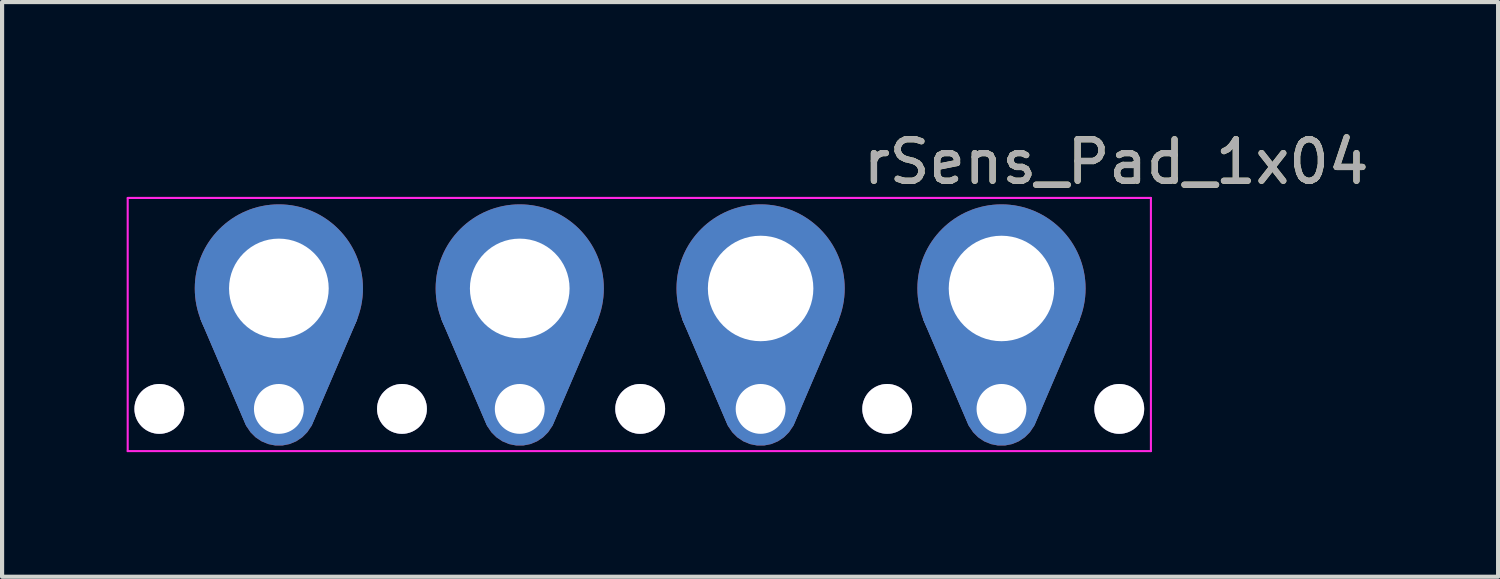
<source format=kicad_pcb>
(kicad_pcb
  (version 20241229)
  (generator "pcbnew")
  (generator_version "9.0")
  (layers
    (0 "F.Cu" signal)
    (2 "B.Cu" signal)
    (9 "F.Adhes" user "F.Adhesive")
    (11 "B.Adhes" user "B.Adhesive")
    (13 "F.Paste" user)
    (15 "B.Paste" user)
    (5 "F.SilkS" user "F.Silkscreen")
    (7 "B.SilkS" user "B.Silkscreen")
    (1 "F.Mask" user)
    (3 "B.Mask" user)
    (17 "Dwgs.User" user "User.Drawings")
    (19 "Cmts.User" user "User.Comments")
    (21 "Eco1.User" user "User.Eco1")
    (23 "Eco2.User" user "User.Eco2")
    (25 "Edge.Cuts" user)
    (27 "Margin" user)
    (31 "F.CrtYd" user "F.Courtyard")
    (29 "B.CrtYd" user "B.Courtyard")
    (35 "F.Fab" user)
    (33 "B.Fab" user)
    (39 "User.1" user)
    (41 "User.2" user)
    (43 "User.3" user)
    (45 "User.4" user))
  (footprint "rSens_Pad_1x04"
    (layer "F.Cu")
    (at 12.365 3.896)
    (property "Reference" "rSens_Pad_1x04" (at 11.462 -3.048 180) (layer "F.SilkS") (effects (font (size 1 1) (thickness 0.15))))
    (attr exclude_from_pos_files exclude_from_bom)
    (fp_poly (pts (xy -7.975 3.263) (xy -6.888 0.725) (xy -10.512 0.725) (xy -9.425 3.263)) (stroke (width 0.15) (type solid)) (fill yes) (layer "B.Cu"))
    (fp_poly (pts (xy -2.175 3.263) (xy -1.087 0.725) (xy -4.713 0.725) (xy -3.625 3.263)) (stroke (width 0.15) (type solid)) (fill yes) (layer "B.Cu"))
    (fp_poly (pts (xy 3.625 3.263) (xy 4.713 0.725) (xy 1.087 0.725) (xy 2.175 3.263)) (stroke (width 0.15) (type solid)) (fill yes) (layer "B.Cu"))
    (fp_poly (pts (xy 9.425 3.263) (xy 10.512 0.725) (xy 6.888 0.725) (xy 7.975 3.263)) (stroke (width 0.15) (type solid)) (fill yes) (layer "B.Cu"))
    (fp_poly (pts (xy -7.975 3.263) (xy -6.888 0.725) (xy -10.512 0.725) (xy -9.425 3.263)) (stroke (width 0.15) (type solid)) (fill yes) (layer "F.Paste"))
    (fp_poly (pts (xy -2.175 3.263) (xy -1.087 0.725) (xy -4.713 0.725) (xy -3.625 3.263)) (stroke (width 0.15) (type solid)) (fill yes) (layer "F.Paste"))
    (fp_poly (pts (xy 3.625 3.263) (xy 4.713 0.725) (xy 1.087 0.725) (xy 2.175 3.263)) (stroke (width 0.15) (type solid)) (fill yes) (layer "F.Paste"))
    (fp_poly (pts (xy 9.425 3.263) (xy 10.512 0.725) (xy 6.888 0.725) (xy 7.975 3.263)) (stroke (width 0.15) (type solid)) (fill yes) (layer "F.Paste"))
    (fp_poly (pts (xy -7.975 3.263) (xy -6.888 0.725) (xy -10.512 0.725) (xy -9.425 3.263)) (stroke (width 0.15) (type solid)) (fill yes) (layer "B.Paste"))
    (fp_poly (pts (xy -2.175 3.263) (xy -1.087 0.725) (xy -4.713 0.725) (xy -3.625 3.263)) (stroke (width 0.15) (type solid)) (fill yes) (layer "B.Paste"))
    (fp_poly (pts (xy 3.625 3.263) (xy 4.713 0.725) (xy 1.087 0.725) (xy 2.175 3.263)) (stroke (width 0.15) (type solid)) (fill yes) (layer "B.Paste"))
    (fp_poly (pts (xy 9.425 3.263) (xy 10.512 0.725) (xy 6.888 0.725) (xy 7.975 3.263)) (stroke (width 0.15) (type solid)) (fill yes) (layer "B.Paste"))
    (fp_line (start -12.34 -2.18) (end 12.298 -2.18) (stroke (width 0.05) (type solid)) (layer "F.CrtYd"))
    (fp_line (start -12.34 -2.175) (end -12.34 3.916) (stroke (width 0.05) (type solid)) (layer "F.CrtYd"))
    (fp_line (start 12.298 3.916) (end -12.34 3.916) (stroke (width 0.05) (type solid)) (layer "F.CrtYd"))
    (fp_line (start 12.298 3.916) (end 12.298 -2.18) (stroke (width 0.05) (type solid)) (layer "F.CrtYd"))
    (fp_text user "${REFERENCE}" (at 11.462 -3.048 0) (layer "F.Fab") (effects (font (size 1 1) (thickness 0.15))))
    (pad "1" thru_hole oval (at -8.7 0) (size 4.05 4.05) (drill 2.4) (layers "*.Cu" "*.Mask"))
    (pad "1" thru_hole custom (at -8.7 2.9) (size 1.77 1.77) (drill 1.2) (layers "*.Cu" "*.Mask") (options (anchor circle)) (primitives (gr_poly (pts (xy 0.725 0.362) (xy 1.812 -2.175) (xy -1.812 -2.175) (xy -0.725 0.362)) (width 0.15) (fill yes))))
    (pad "2" thru_hole oval (at -2.9 0) (size 4.05 4.05) (drill 2.4) (layers "*.Cu" "*.Mask"))
    (pad "2" thru_hole custom (at -2.9 2.9) (size 1.77 1.77) (drill 1.2) (layers "*.Cu" "*.Mask") (options (anchor circle)) (primitives (gr_poly (pts (xy 0.725 0.362) (xy 1.812 -2.175) (xy -1.812 -2.175) (xy -0.725 0.362)) (width 0.15) (fill yes))))
    (pad "3" thru_hole oval (at 2.9 0) (size 4.05 4.05) (drill 2.54) (layers "*.Cu" "*.Mask"))
    (pad "3" thru_hole custom (at 2.9 2.9) (size 1.77 1.77) (drill 1.2) (layers "*.Cu" "*.Mask") (options (anchor circle)) (primitives (gr_poly (pts (xy 0.725 0.362) (xy 1.812 -2.175) (xy -1.812 -2.175) (xy -0.725 0.362)) (width 0.15) (fill yes))))
    (pad "4" thru_hole oval (at 8.7 0) (size 4.05 4.05) (drill 2.54) (layers "*.Cu" "*.Mask"))
    (pad "4" thru_hole custom (at 8.7 2.9) (size 1.77 1.77) (drill 1.2) (layers "*.Cu" "*.Mask") (options (anchor circle)) (primitives (gr_poly (pts (xy 0.725 0.362) (xy 1.812 -2.175) (xy -1.812 -2.175) (xy -0.725 0.362)) (width 0.15) (fill yes))))
    (pad "5" thru_hole circle (at -11.578 2.9) (size 1.2 1.2) (drill 1.2) (layers "F.Cu"))
    (pad "5" thru_hole circle (at -5.736 2.9) (size 1.2 1.2) (drill 1.2) (layers "F.Cu"))
    (pad "5" thru_hole circle (at 0 2.9) (size 1.2 1.2) (drill 1.2) (layers "F.Cu"))
    (pad "5" thru_hole circle (at 5.948 2.9) (size 1.2 1.2) (drill 1.2) (layers "F.Cu"))
    (pad "5" thru_hole circle (at 11.536 2.9) (size 1.2 1.2) (drill 1.2) (layers "F.Cu")))
  (gr_rect
    (start -3 -3)
    (end 33.023 10.837)
    (stroke (width 0.1) (type default))
    (fill no)
    (layer "Edge.Cuts")))
</source>
